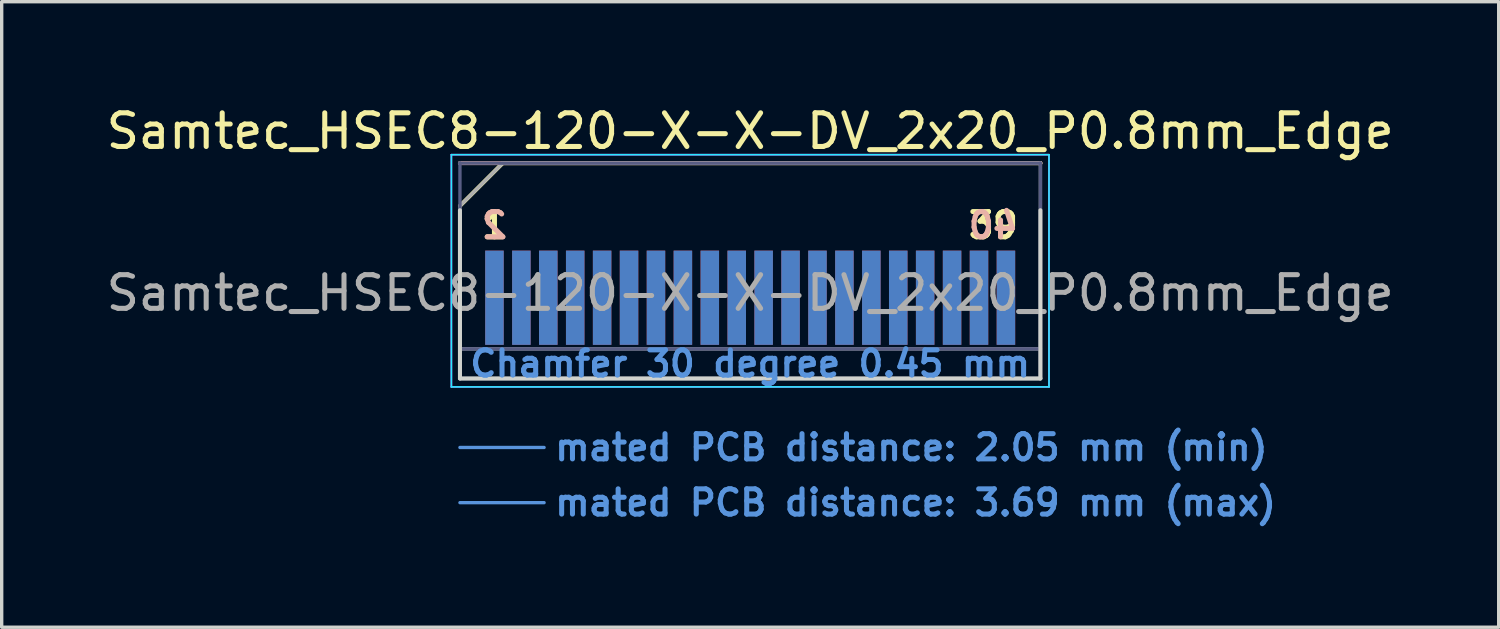
<source format=kicad_pcb>
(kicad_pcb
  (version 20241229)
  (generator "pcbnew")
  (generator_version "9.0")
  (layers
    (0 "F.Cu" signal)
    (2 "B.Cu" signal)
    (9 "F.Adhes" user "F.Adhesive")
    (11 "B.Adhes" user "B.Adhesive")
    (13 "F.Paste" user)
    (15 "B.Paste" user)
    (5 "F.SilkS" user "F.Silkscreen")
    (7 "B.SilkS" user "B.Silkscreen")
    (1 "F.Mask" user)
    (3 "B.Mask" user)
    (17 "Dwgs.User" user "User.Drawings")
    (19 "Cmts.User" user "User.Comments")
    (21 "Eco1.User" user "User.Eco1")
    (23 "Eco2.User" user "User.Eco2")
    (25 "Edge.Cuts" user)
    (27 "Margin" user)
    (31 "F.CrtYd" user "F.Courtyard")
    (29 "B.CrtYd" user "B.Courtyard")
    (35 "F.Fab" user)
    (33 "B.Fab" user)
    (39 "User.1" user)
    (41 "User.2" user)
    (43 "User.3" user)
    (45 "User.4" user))
  (footprint "Samtec_HSEC8-120-X-X-DV_2x20_P0.8mm_Edge"
    (layer "F.Cu")
    (at 19.244 8.198)
    (property "Reference" "Samtec_HSEC8-120-X-X-DV_2x20_P0.8mm_Edge" (at 0 -7.35 0) (layer "F.SilkS") (effects (font (size 1 1) (thickness 0.15))))
    (attr exclude_from_pos_files exclude_from_bom)
    (fp_line (start -8.625 -5.13) (end -7.355 -6.4) (stroke (width 0.12) (type solid)) (layer "F.SilkS"))
    (fp_line (start -7.355 -6.4) (end 8.625 -6.4) (stroke (width 0.12) (type solid)) (layer "F.SilkS"))
    (fp_line (start -8.625 -6.4) (end -8.625 -6.4) (stroke (width 0.12) (type solid)) (layer "B.SilkS"))
    (fp_line (start -8.625 -6.4) (end 8.625 -6.4) (stroke (width 0.12) (type solid)) (layer "B.SilkS"))
    (fp_line (start -8.625 2.05) (end -6.125 2.05) (stroke (width 0.1) (type solid)) (layer "Cmts.User"))
    (fp_line (start -8.625 3.69) (end -6.125 3.69) (stroke (width 0.1) (type solid)) (layer "Cmts.User"))
    (fp_line (start -8.625 -5) (end -8.625 0) (stroke (width 0.12) (type solid)) (layer "Edge.Cuts"))
    (fp_line (start -8.625 0) (end 8.625 0) (stroke (width 0.12) (type solid)) (layer "Edge.Cuts"))
    (fp_line (start 8.625 0) (end 8.625 -5) (stroke (width 0.12) (type solid)) (layer "Edge.Cuts"))
    (fp_line (start -8.88 -6.65) (end -8.88 0.25) (stroke (width 0.05) (type solid)) (layer "B.CrtYd"))
    (fp_line (start -8.88 0.25) (end 8.88 0.25) (stroke (width 0.05) (type solid)) (layer "B.CrtYd"))
    (fp_line (start 8.88 -6.65) (end -8.88 -6.65) (stroke (width 0.05) (type solid)) (layer "B.CrtYd"))
    (fp_line (start 8.88 0.25) (end 8.88 -6.65) (stroke (width 0.05) (type solid)) (layer "B.CrtYd"))
    (fp_line (start -8.88 -6.65) (end -8.88 0.25) (stroke (width 0.05) (type solid)) (layer "F.CrtYd"))
    (fp_line (start -8.88 0.25) (end 8.88 0.25) (stroke (width 0.05) (type solid)) (layer "F.CrtYd"))
    (fp_line (start 8.88 -6.65) (end -8.88 -6.65) (stroke (width 0.05) (type solid)) (layer "F.CrtYd"))
    (fp_line (start 8.88 0.25) (end 8.88 -6.65) (stroke (width 0.05) (type solid)) (layer "F.CrtYd"))
    (fp_line (start -8.625 -6.4) (end -8.625 -6.4) (stroke (width 0.1) (type solid)) (layer "B.Fab"))
    (fp_line (start -8.625 -6.4) (end -8.625 0) (stroke (width 0.1) (type solid)) (layer "B.Fab"))
    (fp_line (start -8.625 -6.4) (end 8.625 -6.4) (stroke (width 0.1) (type solid)) (layer "B.Fab"))
    (fp_line (start -8.625 -0.88) (end 8.625 -0.88) (stroke (width 0.1) (type solid)) (layer "B.Fab"))
    (fp_line (start -8.625 0) (end 8.625 0) (stroke (width 0.1) (type solid)) (layer "B.Fab"))
    (fp_line (start 8.625 -6.4) (end 8.625 0) (stroke (width 0.1) (type solid)) (layer "B.Fab"))
    (fp_line (start -8.625 -5.13) (end -8.625 0) (stroke (width 0.1) (type solid)) (layer "F.Fab"))
    (fp_line (start -8.625 -5.13) (end -7.355 -6.4) (stroke (width 0.1) (type solid)) (layer "F.Fab"))
    (fp_line (start -8.625 -0.88) (end 8.625 -0.88) (stroke (width 0.1) (type solid)) (layer "F.Fab"))
    (fp_line (start -8.625 0) (end 8.625 0) (stroke (width 0.1) (type solid)) (layer "F.Fab"))
    (fp_line (start -7.355 -6.4) (end 8.625 -6.4) (stroke (width 0.1) (type solid)) (layer "F.Fab"))
    (fp_line (start 8.625 -6.4) (end 8.625 0) (stroke (width 0.1) (type solid)) (layer "F.Fab"))
    (fp_text user "1" (at -7.6 -4.55 0) (layer "F.SilkS") (effects (font (size 0.75 0.75) (thickness 0.15))))
    (fp_text user "39" (at 7.225 -4.55 0) (layer "F.SilkS") (effects (font (size 0.75 0.75) (thickness 0.15))))
    (fp_text user "40" (at 7.225 -4.55 0) (layer "B.SilkS") (effects (font (size 0.75 0.75) (thickness 0.15)) (justify mirror)))
    (fp_text user "2" (at -7.6 -4.55 0) (layer "B.SilkS") (effects (font (size 0.75 0.75) (thickness 0.15)) (justify mirror)))
    (fp_text user "mated PCB distance: 2.05 mm (min)" (at -5.88 2.05 0) (layer "Cmts.User") (effects (font (size 0.75 0.75) (thickness 0.15)) (justify left)))
    (fp_text user "mated PCB distance: 3.69 mm (max)" (at -5.88 3.69 0) (layer "Cmts.User") (effects (font (size 0.75 0.75) (thickness 0.15)) (justify left)))
    (fp_text user "Chamfer 30 degree 0.45 mm" (at 0 -0.44 0) (layer "Cmts.User") (effects (font (size 0.75 0.75) (thickness 0.15))))
    (fp_text user "${REFERENCE}" (at 0 -2.54 0) (layer "F.Fab") (effects (font (size 1 1) (thickness 0.15))))
    (pad "1" connect rect (at -7.6 -2.4) (size 0.55 2.8) (layers "F.Cu" "F.Mask"))
    (pad "2" connect rect (at -7.6 -2.4) (size 0.55 2.8) (layers "B.Cu" "B.Mask"))
    (pad "3" connect rect (at -6.8 -2.4) (size 0.55 2.8) (layers "F.Cu" "F.Mask"))
    (pad "4" connect rect (at -6.8 -2.4) (size 0.55 2.8) (layers "B.Cu" "B.Mask"))
    (pad "5" connect rect (at -6 -2.4) (size 0.55 2.8) (layers "F.Cu" "F.Mask"))
    (pad "6" connect rect (at -6 -2.4) (size 0.55 2.8) (layers "B.Cu" "B.Mask"))
    (pad "7" connect rect (at -5.2 -2.4) (size 0.55 2.8) (layers "F.Cu" "F.Mask"))
    (pad "8" connect rect (at -5.2 -2.4) (size 0.55 2.8) (layers "B.Cu" "B.Mask"))
    (pad "9" connect rect (at -4.4 -2.4) (size 0.55 2.8) (layers "F.Cu" "F.Mask"))
    (pad "10" connect rect (at -4.4 -2.4) (size 0.55 2.8) (layers "B.Cu" "B.Mask"))
    (pad "11" connect rect (at -3.6 -2.4) (size 0.55 2.8) (layers "F.Cu" "F.Mask"))
    (pad "12" connect rect (at -3.6 -2.4) (size 0.55 2.8) (layers "B.Cu" "B.Mask"))
    (pad "13" connect rect (at -2.8 -2.4) (size 0.55 2.8) (layers "F.Cu" "F.Mask"))
    (pad "14" connect rect (at -2.8 -2.4) (size 0.55 2.8) (layers "B.Cu" "B.Mask"))
    (pad "15" connect rect (at -2 -2.4) (size 0.55 2.8) (layers "F.Cu" "F.Mask"))
    (pad "16" connect rect (at -2 -2.4) (size 0.55 2.8) (layers "B.Cu" "B.Mask"))
    (pad "17" connect rect (at -1.2 -2.4) (size 0.55 2.8) (layers "F.Cu" "F.Mask"))
    (pad "18" connect rect (at -1.2 -2.4) (size 0.55 2.8) (layers "B.Cu" "B.Mask"))
    (pad "19" connect rect (at -0.4 -2.4) (size 0.55 2.8) (layers "F.Cu" "F.Mask"))
    (pad "20" connect rect (at -0.4 -2.4) (size 0.55 2.8) (layers "B.Cu" "B.Mask"))
    (pad "21" connect rect (at 0.4 -2.4) (size 0.55 2.8) (layers "F.Cu" "F.Mask"))
    (pad "22" connect rect (at 0.4 -2.4) (size 0.55 2.8) (layers "B.Cu" "B.Mask"))
    (pad "23" connect rect (at 1.2 -2.4) (size 0.55 2.8) (layers "F.Cu" "F.Mask"))
    (pad "24" connect rect (at 1.2 -2.4) (size 0.55 2.8) (layers "B.Cu" "B.Mask"))
    (pad "25" connect rect (at 2 -2.4) (size 0.55 2.8) (layers "F.Cu" "F.Mask"))
    (pad "26" connect rect (at 2 -2.4) (size 0.55 2.8) (layers "B.Cu" "B.Mask"))
    (pad "27" connect rect (at 2.8 -2.4) (size 0.55 2.8) (layers "F.Cu" "F.Mask"))
    (pad "28" connect rect (at 2.8 -2.4) (size 0.55 2.8) (layers "B.Cu" "B.Mask"))
    (pad "29" connect rect (at 3.6 -2.4) (size 0.55 2.8) (layers "F.Cu" "F.Mask"))
    (pad "30" connect rect (at 3.6 -2.4) (size 0.55 2.8) (layers "B.Cu" "B.Mask"))
    (pad "31" connect rect (at 4.4 -2.4) (size 0.55 2.8) (layers "F.Cu" "F.Mask"))
    (pad "32" connect rect (at 4.4 -2.4) (size 0.55 2.8) (layers "B.Cu" "B.Mask"))
    (pad "33" connect rect (at 5.2 -2.4) (size 0.55 2.8) (layers "F.Cu" "F.Mask"))
    (pad "34" connect rect (at 5.2 -2.4) (size 0.55 2.8) (layers "B.Cu" "B.Mask"))
    (pad "35" connect rect (at 6 -2.4) (size 0.55 2.8) (layers "F.Cu" "F.Mask"))
    (pad "36" connect rect (at 6 -2.4) (size 0.55 2.8) (layers "B.Cu" "B.Mask"))
    (pad "37" connect rect (at 6.8 -2.4) (size 0.55 2.8) (layers "F.Cu" "F.Mask"))
    (pad "38" connect rect (at 6.8 -2.4) (size 0.55 2.8) (layers "B.Cu" "B.Mask"))
    (pad "39" connect rect (at 7.6 -2.4) (size 0.55 2.8) (layers "F.Cu" "F.Mask"))
    (pad "40" connect rect (at 7.6 -2.4) (size 0.55 2.8) (layers "B.Cu" "B.Mask")))
  (gr_rect
    (start -3 -3)
    (end 41.488 15.59)
    (stroke (width 0.1) (type default))
    (fill no)
    (layer "Edge.Cuts")))
</source>
